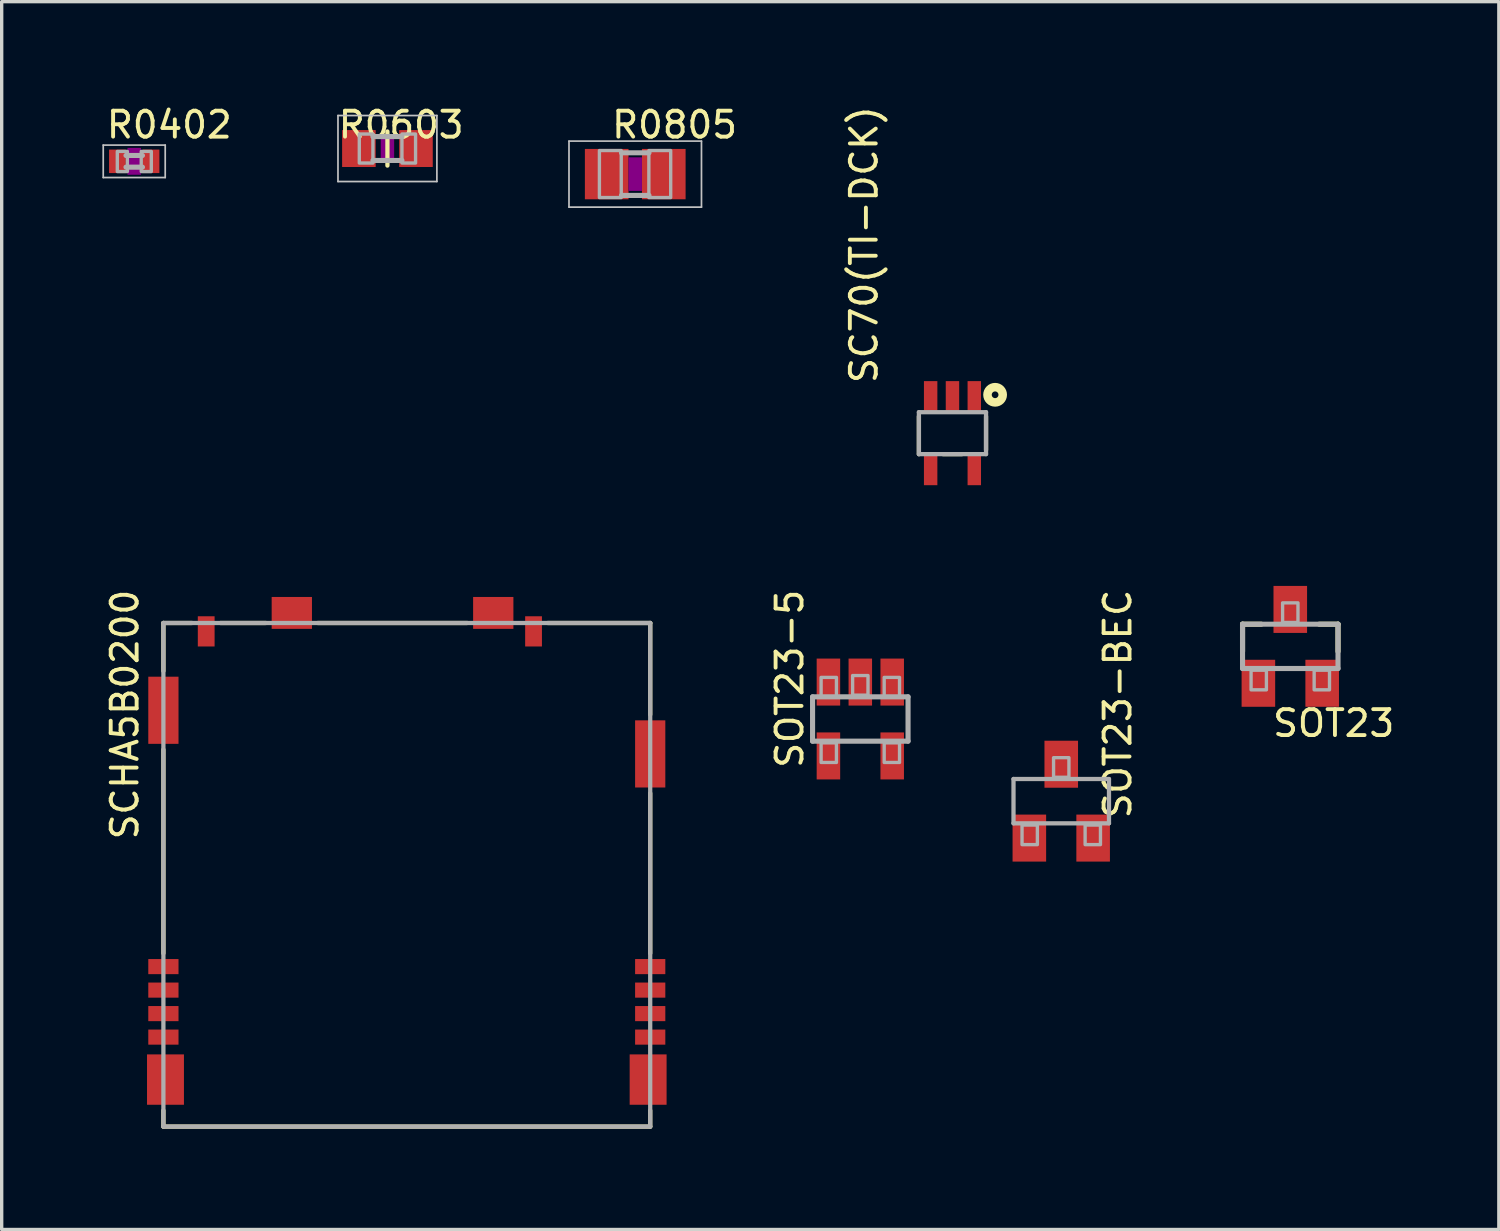
<source format=kicad_pcb>
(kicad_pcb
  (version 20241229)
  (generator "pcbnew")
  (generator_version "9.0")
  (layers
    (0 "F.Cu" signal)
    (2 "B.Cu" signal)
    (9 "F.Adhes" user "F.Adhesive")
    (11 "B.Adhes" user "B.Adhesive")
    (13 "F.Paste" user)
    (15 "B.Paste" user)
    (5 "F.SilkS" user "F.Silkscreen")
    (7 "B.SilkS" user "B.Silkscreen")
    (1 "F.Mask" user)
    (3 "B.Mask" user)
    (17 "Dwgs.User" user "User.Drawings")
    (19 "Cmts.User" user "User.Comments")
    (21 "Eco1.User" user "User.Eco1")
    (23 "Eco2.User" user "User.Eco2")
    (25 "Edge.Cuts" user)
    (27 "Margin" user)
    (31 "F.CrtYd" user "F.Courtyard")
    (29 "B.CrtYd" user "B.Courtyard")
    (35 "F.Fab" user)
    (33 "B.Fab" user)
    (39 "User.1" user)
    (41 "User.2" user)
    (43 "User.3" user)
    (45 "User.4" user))
  (footprint "SC70(TI-DCK)"
    (layer "F.Cu")
    (at 25.32 9.852)
    (property "Reference" "SC70(TI-DCK)" (at -2.184 -1.422 270) (layer "F.SilkS") (effects (font (size 0.772 0.772) (thickness 0.116)) (justify left bottom)))
    (attr through_hole)
    (fp_line (start -1 -0.5) (end -1 0.625) (stroke (width 0.127) (type solid)) (layer "F.SilkS"))
    (fp_line (start -0.28 0.625) (end 0.28 0.625) (stroke (width 0.127) (type solid)) (layer "F.SilkS"))
    (fp_line (start 1 -0.5) (end 1 0.5) (stroke (width 0.127) (type solid)) (layer "F.SilkS"))
    (fp_circle (center 1.27 -1.143) (end 1.37 -1.143) (stroke (width 0.254) (type solid)) (fill no) (layer "F.SilkS"))
    (fp_line (start -1 -0.625) (end -1 0.625) (stroke (width 0.127) (type solid)) (layer "F.Fab"))
    (fp_line (start -1 0.625) (end 1 0.625) (stroke (width 0.127) (type solid)) (layer "F.Fab"))
    (fp_line (start 1 -0.625) (end -1 -0.625) (stroke (width 0.127) (type solid)) (layer "F.Fab"))
    (fp_line (start 1 0.625) (end 1 -0.625) (stroke (width 0.127) (type solid)) (layer "F.Fab"))
    (pad "1" smd rect (at 0.65 -1.1) (size 0.4 0.9) (layers "F.Cu" "F.Mask" "F.Paste"))
    (pad "2" smd rect (at 0 -1.1) (size 0.4 0.9) (layers "F.Cu" "F.Mask" "F.Paste"))
    (pad "3" smd rect (at -0.65 -1.1) (size 0.4 0.9) (layers "F.Cu" "F.Mask" "F.Paste"))
    (pad "4" smd rect (at -0.65 1.1) (size 0.4 0.9) (layers "F.Cu" "F.Mask" "F.Paste"))
    (pad "5" smd rect (at 0.65 1.1) (size 0.4 0.9) (layers "F.Cu" "F.Mask" "F.Paste")))
  (footprint "SOT23-BEC"
    (layer "F.Cu")
    (at 28.56 20.813)
    (property "Reference" "SOT23-BEC" (at 2.134 0.584 270) (layer "F.SilkS") (effects (font (size 0.772 0.772) (thickness 0.116)) (justify left bottom)))
    (attr through_hole)
    (fp_line (start -1.422 -0.66) (end 1.422 -0.66) (stroke (width 0.127) (type solid)) (layer "F.Fab"))
    (fp_line (start -1.422 0.66) (end -1.422 -0.66) (stroke (width 0.127) (type solid)) (layer "F.Fab"))
    (fp_line (start 1.422 -0.66) (end 1.422 0.66) (stroke (width 0.127) (type solid)) (layer "F.Fab"))
    (fp_line (start 1.422 0.66) (end -1.422 0.66) (stroke (width 0.127) (type solid)) (layer "F.Fab"))
    (fp_poly (pts (xy -1.168 1.295) (xy -0.711 1.295) (xy -0.711 0.711) (xy -1.168 0.711)) (stroke (width 0.1) (type solid)) (fill no) (layer "F.Fab"))
    (fp_poly (pts (xy -0.229 -0.711) (xy 0.229 -0.711) (xy 0.229 -1.295) (xy -0.229 -1.295)) (stroke (width 0.1) (type solid)) (fill no) (layer "F.Fab"))
    (fp_poly (pts (xy 0.711 1.295) (xy 1.168 1.295) (xy 1.168 0.711) (xy 0.711 0.711)) (stroke (width 0.1) (type solid)) (fill no) (layer "F.Fab"))
    (pad "B" smd rect (at -0.95 1.1) (size 1 1.4) (layers "F.Cu" "F.Mask" "F.Paste"))
    (pad "C" smd rect (at 0 -1.1) (size 1 1.4) (layers "F.Cu" "F.Mask" "F.Paste"))
    (pad "E" smd rect (at 0.95 1.1) (size 1 1.4) (layers "F.Cu" "F.Mask" "F.Paste")))
  (footprint "R0805"
    (layer "F.Cu")
    (at 15.871 2.136)
    (property "Reference" "R0805" (at -0.762 -1.016 180) (layer "F.SilkS") (effects (font (size 0.772 0.772) (thickness 0.116)) (justify left bottom)))
    (attr through_hole)
    (fp_poly (pts (xy -0.2 0.5) (xy 0.2 0.5) (xy 0.2 -0.5) (xy -0.2 -0.5)) (stroke (width 0) (type solid)) (fill yes) (layer "F.Adhes"))
    (fp_line (start -1.973 -0.983) (end 1.973 -0.983) (stroke (width 0.051) (type solid)) (layer "Dwgs.User"))
    (fp_line (start -1.973 0.983) (end -1.973 -0.983) (stroke (width 0.051) (type solid)) (layer "Dwgs.User"))
    (fp_line (start 1.973 -0.983) (end 1.973 0.983) (stroke (width 0.051) (type solid)) (layer "Dwgs.User"))
    (fp_line (start 1.973 0.983) (end -1.973 0.983) (stroke (width 0.051) (type solid)) (layer "Dwgs.User"))
    (fp_line (start -0.41 -0.635) (end 0.41 -0.635) (stroke (width 0.152) (type solid)) (layer "F.Fab"))
    (fp_line (start -0.41 0.635) (end 0.41 0.635) (stroke (width 0.152) (type solid)) (layer "F.Fab"))
    (fp_poly (pts (xy -1.067 0.699) (xy -0.417 0.699) (xy -0.417 -0.702) (xy -1.067 -0.702)) (stroke (width 0.1) (type solid)) (fill no) (layer "F.Fab"))
    (fp_poly (pts (xy 0.406 0.699) (xy 1.056 0.699) (xy 1.056 -0.702) (xy 0.406 -0.702)) (stroke (width 0.1) (type solid)) (fill no) (layer "F.Fab"))
    (pad "1" smd rect (at -0.85 0) (size 1.3 1.5) (layers "F.Cu" "F.Mask" "F.Paste"))
    (pad "2" smd rect (at 0.85 0) (size 1.3 1.5) (layers "F.Cu" "F.Mask" "F.Paste")))
  (footprint "SOT23-5"
    (layer "F.Cu")
    (at 22.575 18.366)
    (property "Reference" "SOT23-5" (at -1.651 1.524 270) (layer "F.SilkS") (effects (font (size 0.772 0.772) (thickness 0.116)) (justify left bottom)))
    (attr through_hole)
    (fp_line (start -1.422 -0.66) (end 1.422 -0.66) (stroke (width 0.152) (type solid)) (layer "F.Fab"))
    (fp_line (start -1.422 0.66) (end -1.422 -0.66) (stroke (width 0.152) (type solid)) (layer "F.Fab"))
    (fp_line (start 1.422 -0.66) (end 1.422 0.66) (stroke (width 0.152) (type solid)) (layer "F.Fab"))
    (fp_line (start 1.422 0.66) (end -1.422 0.66) (stroke (width 0.152) (type solid)) (layer "F.Fab"))
    (fp_poly (pts (xy -1.168 -0.655) (xy -0.711 -0.655) (xy -0.711 -1.239) (xy -1.168 -1.239)) (stroke (width 0.1) (type solid)) (fill no) (layer "F.Fab"))
    (fp_poly (pts (xy -1.168 1.295) (xy -0.711 1.295) (xy -0.711 0.711) (xy -1.168 0.711)) (stroke (width 0.1) (type solid)) (fill no) (layer "F.Fab"))
    (fp_poly (pts (xy -0.229 -0.711) (xy 0.229 -0.711) (xy 0.229 -1.295) (xy -0.229 -1.295)) (stroke (width 0.1) (type solid)) (fill no) (layer "F.Fab"))
    (fp_poly (pts (xy 0.711 -0.655) (xy 1.168 -0.655) (xy 1.168 -1.239) (xy 0.711 -1.239)) (stroke (width 0.1) (type solid)) (fill no) (layer "F.Fab"))
    (fp_poly (pts (xy 0.711 1.295) (xy 1.168 1.295) (xy 1.168 0.711) (xy 0.711 0.711)) (stroke (width 0.1) (type solid)) (fill no) (layer "F.Fab"))
    (pad "1" smd rect (at 0.95 -1.1) (size 0.7 1.4) (layers "F.Cu" "F.Mask" "F.Paste"))
    (pad "2" smd rect (at 0 -1.1) (size 0.7 1.4) (layers "F.Cu" "F.Mask" "F.Paste"))
    (pad "3" smd rect (at -0.95 -1.1) (size 0.7 1.4) (layers "F.Cu" "F.Mask" "F.Paste"))
    (pad "4" smd rect (at -0.95 1.1) (size 0.7 1.4) (layers "F.Cu" "F.Mask" "F.Paste"))
    (pad "5" smd rect (at 0.95 1.1) (size 0.7 1.4) (layers "F.Cu" "F.Mask" "F.Paste")))
  (footprint "SOT23"
    (layer "F.Cu")
    (at 35.382 16.202)
    (property "Reference" "SOT23" (at -0.584 2.743 180) (layer "F.SilkS") (effects (font (size 0.772 0.772) (thickness 0.116)) (justify left bottom)))
    (attr through_hole)
    (fp_line (start -1.422 -0.66) (end -0.864 -0.66) (stroke (width 0.152) (type solid)) (layer "F.SilkS"))
    (fp_line (start -1.422 0.152) (end -1.422 -0.66) (stroke (width 0.152) (type solid)) (layer "F.SilkS"))
    (fp_line (start 0.864 -0.66) (end 1.422 -0.66) (stroke (width 0.152) (type solid)) (layer "F.SilkS"))
    (fp_line (start 1.422 -0.66) (end 1.422 0.152) (stroke (width 0.152) (type solid)) (layer "F.SilkS"))
    (fp_line (start -1.422 -0.66) (end 1.422 -0.66) (stroke (width 0.152) (type solid)) (layer "F.Fab"))
    (fp_line (start -1.422 0.66) (end -1.422 -0.66) (stroke (width 0.152) (type solid)) (layer "F.Fab"))
    (fp_line (start 1.422 -0.66) (end 1.422 0.66) (stroke (width 0.152) (type solid)) (layer "F.Fab"))
    (fp_line (start 1.422 0.66) (end -1.422 0.66) (stroke (width 0.152) (type solid)) (layer "F.Fab"))
    (fp_poly (pts (xy -1.168 1.295) (xy -0.711 1.295) (xy -0.711 0.711) (xy -1.168 0.711)) (stroke (width 0.1) (type solid)) (fill no) (layer "F.Fab"))
    (fp_poly (pts (xy -0.229 -0.711) (xy 0.229 -0.711) (xy 0.229 -1.295) (xy -0.229 -1.295)) (stroke (width 0.1) (type solid)) (fill no) (layer "F.Fab"))
    (fp_poly (pts (xy 0.711 1.295) (xy 1.168 1.295) (xy 1.168 0.711) (xy 0.711 0.711)) (stroke (width 0.1) (type solid)) (fill no) (layer "F.Fab"))
    (pad "1" smd rect (at -0.95 1.1) (size 1 1.4) (layers "F.Cu" "F.Mask" "F.Paste"))
    (pad "2" smd rect (at 0.95 1.1) (size 1 1.4) (layers "F.Cu" "F.Mask" "F.Paste"))
    (pad "3" smd rect (at 0 -1.1) (size 1 1.4) (layers "F.Cu" "F.Mask" "F.Paste")))
  (footprint "R0402"
    (layer "F.Cu")
    (at 0.948 1.755)
    (property "Reference" "R0402" (at -0.889 -0.635 0) (layer "F.SilkS") (effects (font (size 0.772 0.772) (thickness 0.116)) (justify left bottom)))
    (attr through_hole)
    (fp_poly (pts (xy -0.2 0.4) (xy 0.2 0.4) (xy 0.2 -0.4) (xy -0.2 -0.4)) (stroke (width 0) (type solid)) (fill yes) (layer "F.Adhes"))
    (fp_line (start -0.923 -0.483) (end 0.923 -0.483) (stroke (width 0.051) (type solid)) (layer "Dwgs.User"))
    (fp_line (start -0.923 0.483) (end -0.923 -0.483) (stroke (width 0.051) (type solid)) (layer "Dwgs.User"))
    (fp_line (start 0.923 -0.483) (end 0.923 0.483) (stroke (width 0.051) (type solid)) (layer "Dwgs.User"))
    (fp_line (start 0.923 0.483) (end -0.923 0.483) (stroke (width 0.051) (type solid)) (layer "Dwgs.User"))
    (fp_line (start -0.245 -0.174) (end 0.245 -0.174) (stroke (width 0.152) (type solid)) (layer "F.Fab"))
    (fp_line (start 0.245 0.174) (end -0.245 0.174) (stroke (width 0.152) (type solid)) (layer "F.Fab"))
    (fp_poly (pts (xy -0.504 0.305) (xy -0.204 0.305) (xy -0.204 -0.295) (xy -0.504 -0.295)) (stroke (width 0.1) (type solid)) (fill no) (layer "F.Fab"))
    (fp_poly (pts (xy 0.209 0.305) (xy 0.509 0.305) (xy 0.509 -0.295) (xy 0.209 -0.295)) (stroke (width 0.1) (type solid)) (fill no) (layer "F.Fab"))
    (pad "1" smd rect (at -0.5 0) (size 0.5 0.7) (layers "F.Cu" "F.Mask" "F.Paste"))
    (pad "2" smd rect (at 0.5 0) (size 0.5 0.7) (layers "F.Cu" "F.Mask" "F.Paste")))
  (footprint "SCHA5B0200"
    (layer "F.Cu")
    (at 9.067 29.106)
    (property "Reference" "SCHA5B0200" (at -7.947 -7.084 90) (layer "F.SilkS") (effects (font (size 0.772 0.772) (thickness 0.116)) (justify left bottom)))
    (attr through_hole)
    (fp_line (start -7.25 -13.6) (end -7.25 -12.17) (stroke (width 0.127) (type solid)) (layer "F.SilkS"))
    (fp_line (start -7.25 -3.76) (end -7.25 -9.83) (stroke (width 0.127) (type solid)) (layer "F.SilkS"))
    (fp_line (start -7.25 1.4) (end -7.25 0.92) (stroke (width 0.127) (type solid)) (layer "F.SilkS"))
    (fp_line (start -6.4 -13.6) (end -7.25 -13.6) (stroke (width 0.127) (type solid)) (layer "F.SilkS"))
    (fp_line (start -5.55 -13.6) (end -4.2 -13.6) (stroke (width 0.127) (type solid)) (layer "F.SilkS"))
    (fp_line (start -2.65 -13.6) (end 1.8 -13.6) (stroke (width 0.127) (type solid)) (layer "F.SilkS"))
    (fp_line (start 4.2 -13.6) (end 7.25 -13.6) (stroke (width 0.127) (type solid)) (layer "F.SilkS"))
    (fp_line (start 7.25 -13.6) (end 7.25 -10.87) (stroke (width 0.127) (type solid)) (layer "F.SilkS"))
    (fp_line (start 7.25 -8.53) (end 7.25 -3.76) (stroke (width 0.127) (type solid)) (layer "F.SilkS"))
    (fp_line (start 7.25 0.92) (end 7.25 1.4) (stroke (width 0.127) (type solid)) (layer "F.SilkS"))
    (fp_line (start 7.25 1.4) (end -7.25 1.4) (stroke (width 0.127) (type solid)) (layer "F.SilkS"))
    (fp_line (start -7.25 -13.6) (end -7.25 1.4) (stroke (width 0.127) (type solid)) (layer "F.Fab"))
    (fp_line (start -7.25 1.4) (end 7.25 1.4) (stroke (width 0.127) (type solid)) (layer "F.Fab"))
    (fp_line (start 7.25 -13.6) (end -7.25 -13.6) (stroke (width 0.127) (type solid)) (layer "F.Fab"))
    (fp_line (start 7.25 1.4) (end 7.25 -13.6) (stroke (width 0.127) (type solid)) (layer "F.Fab"))
    (pad "1" smd rect (at -7.25 -3.365) (size 0.9 0.45) (layers "F.Cu" "F.Mask" "F.Paste"))
    (pad "2" smd rect (at -7.25 -2.665) (size 0.9 0.45) (layers "F.Cu" "F.Mask" "F.Paste"))
    (pad "3" smd rect (at -7.25 -1.965) (size 0.9 0.45) (layers "F.Cu" "F.Mask" "F.Paste"))
    (pad "4" smd rect (at -7.25 -1.265) (size 0.9 0.45) (layers "F.Cu" "F.Mask" "F.Paste"))
    (pad "5" smd rect (at 7.25 -1.265) (size 0.9 0.45) (layers "F.Cu" "F.Mask" "F.Paste"))
    (pad "6" smd rect (at 7.25 -1.965) (size 0.9 0.45) (layers "F.Cu" "F.Mask" "F.Paste"))
    (pad "7" smd rect (at 7.25 -2.665) (size 0.9 0.45) (layers "F.Cu" "F.Mask" "F.Paste"))
    (pad "8" smd rect (at 7.25 -3.365) (size 0.9 0.45) (layers "F.Cu" "F.Mask" "F.Paste"))
    (pad "CD" smd rect (at -5.975 -13.35) (size 0.5 0.9) (layers "F.Cu" "F.Mask" "F.Paste"))
    (pad "CGND1" smd rect (at -7.25 -11) (size 0.9 2) (layers "F.Cu" "F.Mask" "F.Paste"))
    (pad "CGND2" smd rect (at -7.188 0) (size 1.1 1.5) (layers "F.Cu" "F.Mask" "F.Paste"))
    (pad "CGND3" smd rect (at 7.188 0) (size 1.1 1.5) (layers "F.Cu" "F.Mask" "F.Paste"))
    (pad "CGND4" smd rect (at 7.25 -9.7) (size 0.9 2) (layers "F.Cu" "F.Mask" "F.Paste"))
    (pad "CGND5" smd rect (at 2.575 -13.9) (size 1.2 0.95) (layers "F.Cu" "F.Mask" "F.Paste"))
    (pad "CGND6" smd rect (at -3.425 -13.9) (size 1.2 0.95) (layers "F.Cu" "F.Mask" "F.Paste"))
    (pad "GND" smd rect (at 3.775 -13.35) (size 0.5 0.9) (layers "F.Cu" "F.Mask" "F.Paste")))
  (footprint "R0603"
    (layer "F.Cu")
    (at 8.49 1.374)
    (property "Reference" "R0603" (at -1.524 -0.254 180) (layer "F.SilkS") (effects (font (size 0.772 0.772) (thickness 0.116)) (justify left bottom)))
    (attr through_hole)
    (fp_line (start 0 -0.508) (end 0 0.508) (stroke (width 0.127) (type solid)) (layer "F.SilkS"))
    (fp_poly (pts (xy -0.2 0.4) (xy 0.2 0.4) (xy 0.2 -0.4) (xy -0.2 -0.4)) (stroke (width 0) (type solid)) (fill yes) (layer "F.Adhes"))
    (fp_line (start -1.473 -0.983) (end 1.473 -0.983) (stroke (width 0.051) (type solid)) (layer "Dwgs.User"))
    (fp_line (start -1.473 0.983) (end -1.473 -0.983) (stroke (width 0.051) (type solid)) (layer "Dwgs.User"))
    (fp_line (start 1.473 -0.983) (end 1.473 0.983) (stroke (width 0.051) (type solid)) (layer "Dwgs.User"))
    (fp_line (start 1.473 0.983) (end -1.473 0.983) (stroke (width 0.051) (type solid)) (layer "Dwgs.User"))
    (fp_line (start -0.432 0.356) (end 0.432 0.356) (stroke (width 0.152) (type solid)) (layer "F.Fab"))
    (fp_line (start 0.432 -0.356) (end -0.432 -0.356) (stroke (width 0.152) (type solid)) (layer "F.Fab"))
    (fp_poly (pts (xy -0.838 0.432) (xy -0.432 0.432) (xy -0.432 -0.432) (xy -0.838 -0.432)) (stroke (width 0.1) (type solid)) (fill no) (layer "F.Fab"))
    (fp_poly (pts (xy 0.432 0.432) (xy 0.838 0.432) (xy 0.838 -0.432) (xy 0.432 -0.432)) (stroke (width 0.1) (type solid)) (fill no) (layer "F.Fab"))
    (pad "1" smd rect (at -0.85 0) (size 1 1.1) (layers "F.Cu" "F.Mask" "F.Paste"))
    (pad "2" smd rect (at 0.85 0) (size 1 1.1) (layers "F.Cu" "F.Mask" "F.Paste")))
  (gr_rect
    (start -3 -3)
    (end 41.594 33.57)
    (stroke (width 0.1) (type default))
    (fill no)
    (layer "Edge.Cuts")))
</source>
